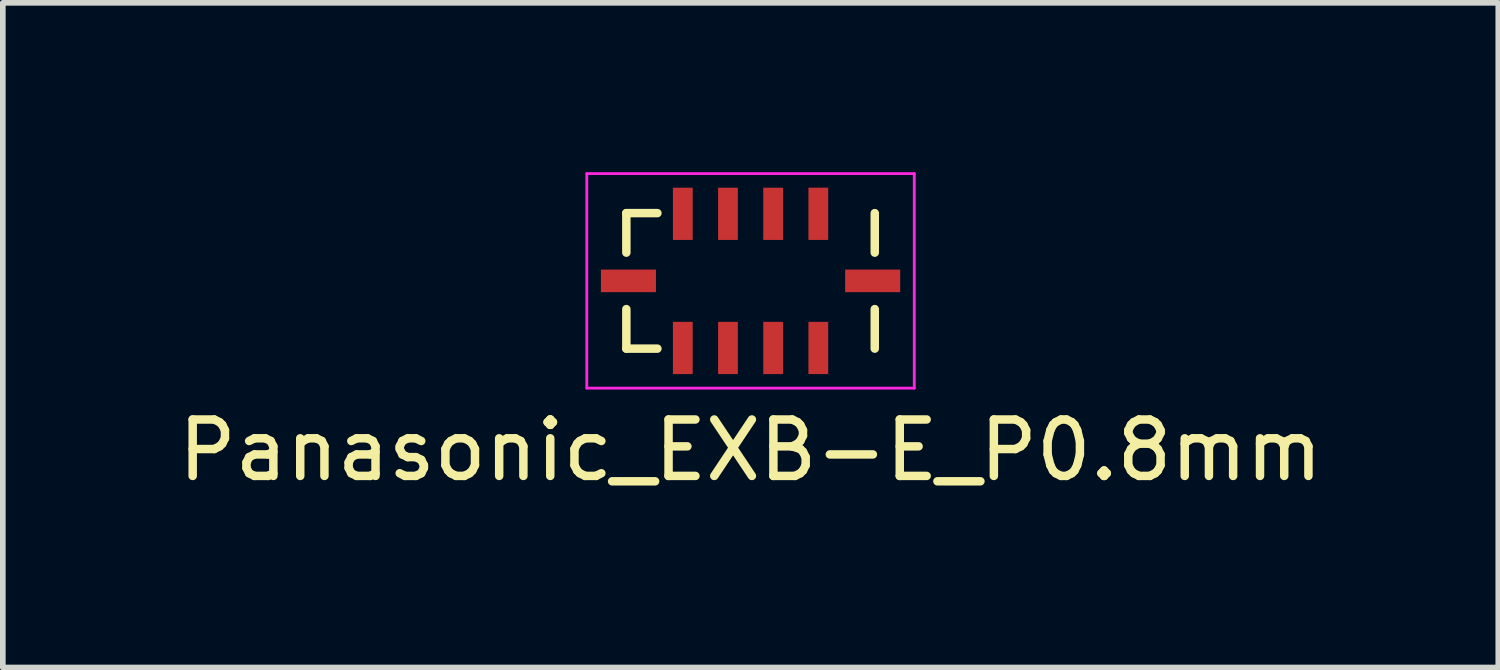
<source format=kicad_pcb>
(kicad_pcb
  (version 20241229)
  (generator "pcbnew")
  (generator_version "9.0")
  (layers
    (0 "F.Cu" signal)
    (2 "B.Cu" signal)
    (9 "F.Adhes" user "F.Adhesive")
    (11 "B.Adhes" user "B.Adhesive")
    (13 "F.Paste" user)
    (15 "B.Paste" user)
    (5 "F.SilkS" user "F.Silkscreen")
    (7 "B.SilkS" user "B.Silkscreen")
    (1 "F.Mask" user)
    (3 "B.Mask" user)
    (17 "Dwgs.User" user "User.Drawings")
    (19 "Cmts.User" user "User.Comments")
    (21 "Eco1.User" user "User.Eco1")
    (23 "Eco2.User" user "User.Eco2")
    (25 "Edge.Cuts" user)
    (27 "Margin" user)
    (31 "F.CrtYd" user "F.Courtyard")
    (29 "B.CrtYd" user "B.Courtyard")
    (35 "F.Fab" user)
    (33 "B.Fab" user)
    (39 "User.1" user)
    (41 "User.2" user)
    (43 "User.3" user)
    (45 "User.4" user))
  (footprint "Panasonic_EXB-E_P0.8mm"
    (layer "F.Cu")
    (at 10.244 1.925)
    (property "Reference" "Panasonic_EXB-E_P0.8mm" (at 0 3 0) (layer "F.SilkS") (effects (font (size 1 1) (thickness 0.15))))
    (attr smd)
    (fp_line (start -2.2 -1.2) (end -2.2 -0.5) (stroke (width 0.15) (type solid)) (layer "F.SilkS"))
    (fp_line (start -2.2 -1.2) (end -1.65 -1.2) (stroke (width 0.15) (type solid)) (layer "F.SilkS"))
    (fp_line (start -2.2 0.5) (end -2.2 1.2) (stroke (width 0.15) (type solid)) (layer "F.SilkS"))
    (fp_line (start -2.2 1.2) (end -1.65 1.2) (stroke (width 0.15) (type solid)) (layer "F.SilkS"))
    (fp_line (start 2.2 -1.2) (end 2.2 -0.5) (stroke (width 0.15) (type solid)) (layer "F.SilkS"))
    (fp_line (start 2.2 0.5) (end 2.2 1.2) (stroke (width 0.15) (type solid)) (layer "F.SilkS"))
    (fp_line (start -2.9 -1.9) (end 2.9 -1.9) (stroke (width 0.05) (type solid)) (layer "F.CrtYd"))
    (fp_line (start -2.9 1.9) (end -2.9 -1.9) (stroke (width 0.05) (type solid)) (layer "F.CrtYd"))
    (fp_line (start 2.9 1.9) (end -2.9 1.9) (stroke (width 0.05) (type solid)) (layer "F.CrtYd"))
    (fp_line (start 2.9 1.9) (end 2.9 -1.9) (stroke (width 0.05) (type solid)) (layer "F.CrtYd"))
    (pad "1" smd rect (at -2.163 0) (size 0.975 0.4) (layers "F.Cu" "F.Mask" "F.Paste"))
    (pad "1" smd rect (at 2.163 0) (size 0.975 0.4) (layers "F.Cu" "F.Mask" "F.Paste"))
    (pad "2" smd rect (at -1.2 1.188) (size 0.35 0.925) (layers "F.Cu" "F.Mask" "F.Paste"))
    (pad "3" smd rect (at -0.4 1.188) (size 0.35 0.925) (layers "F.Cu" "F.Mask" "F.Paste"))
    (pad "4" smd rect (at 0.4 1.188) (size 0.35 0.925) (layers "F.Cu" "F.Mask" "F.Paste"))
    (pad "5" smd rect (at 1.2 1.188) (size 0.35 0.925) (layers "F.Cu" "F.Mask" "F.Paste"))
    (pad "6" smd rect (at 1.2 -1.188) (size 0.35 0.925) (layers "F.Cu" "F.Mask" "F.Paste"))
    (pad "7" smd rect (at 0.4 -1.188) (size 0.35 0.925) (layers "F.Cu" "F.Mask" "F.Paste"))
    (pad "8" smd rect (at -0.4 -1.188) (size 0.35 0.925) (layers "F.Cu" "F.Mask" "F.Paste"))
    (pad "9" smd rect (at -1.2 -1.188) (size 0.35 0.925) (layers "F.Cu" "F.Mask" "F.Paste")))
  (gr_rect
    (start -3 -3)
    (end 23.488 8.773)
    (stroke (width 0.1) (type default))
    (fill no)
    (layer "Edge.Cuts")))
</source>
